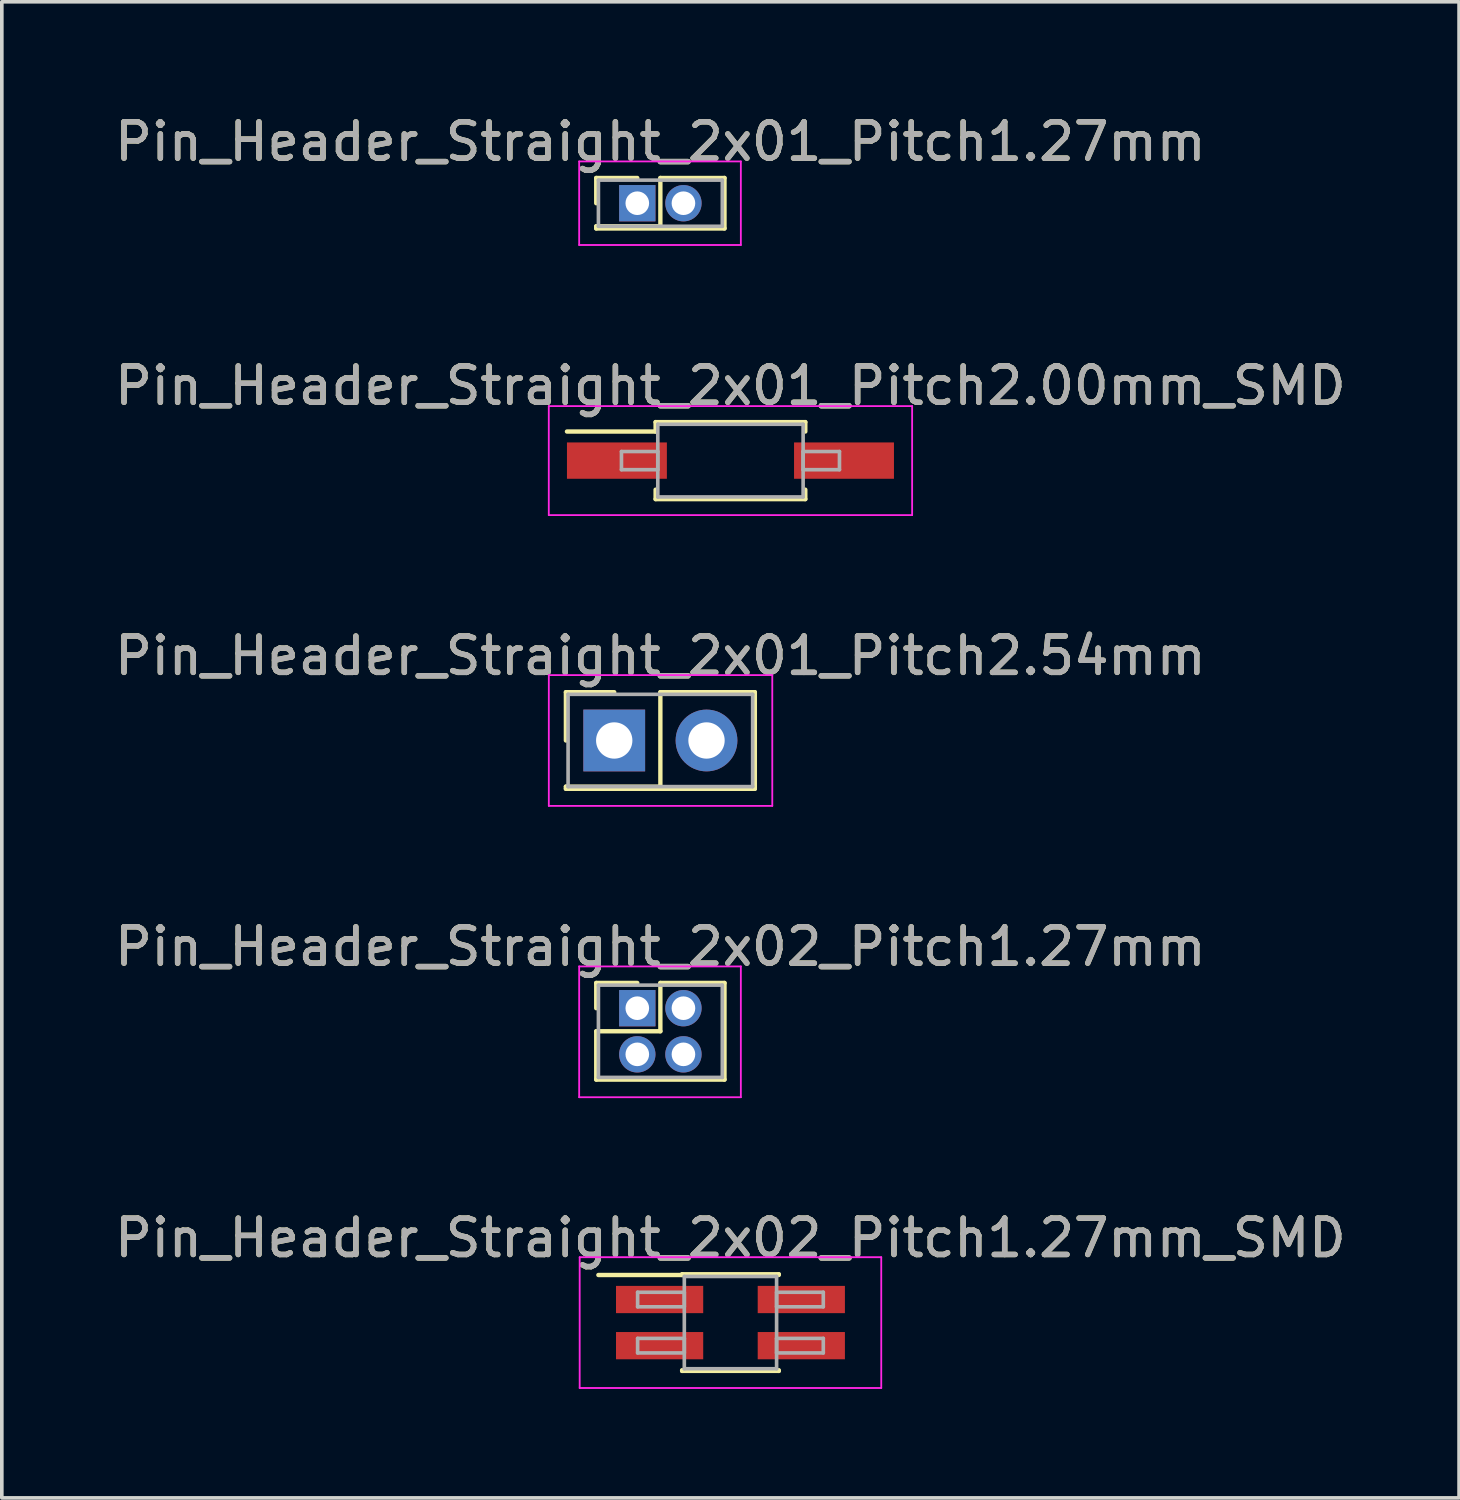
<source format=kicad_pcb>
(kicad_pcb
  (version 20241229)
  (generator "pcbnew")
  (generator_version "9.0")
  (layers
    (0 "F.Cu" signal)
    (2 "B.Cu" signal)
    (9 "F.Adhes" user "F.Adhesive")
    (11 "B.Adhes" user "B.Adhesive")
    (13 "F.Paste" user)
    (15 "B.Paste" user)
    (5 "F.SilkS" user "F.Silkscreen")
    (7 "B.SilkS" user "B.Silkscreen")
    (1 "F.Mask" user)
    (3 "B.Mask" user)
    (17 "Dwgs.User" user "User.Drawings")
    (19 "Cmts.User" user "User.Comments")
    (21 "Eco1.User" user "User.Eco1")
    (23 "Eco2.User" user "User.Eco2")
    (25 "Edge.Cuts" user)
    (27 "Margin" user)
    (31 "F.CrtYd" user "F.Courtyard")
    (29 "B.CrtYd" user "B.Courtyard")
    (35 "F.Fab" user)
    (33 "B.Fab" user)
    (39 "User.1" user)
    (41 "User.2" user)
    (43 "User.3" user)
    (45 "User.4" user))
  (footprint "Pin_Header_Straight_2x02_Pitch1.27mm_SMD"
    (layer "F.Cu")
    (at 17.054 33.351)
    (property "Reference" "Pin_Header_Straight_2x02_Pitch1.27mm_SMD" (at 0 -2.33 0) (layer "F.SilkS") (effects (font (size 1 1) (thickness 0.15))))
    (attr smd)
    (fp_line (start -3.635 -1.31) (end -1.33 -1.31) (stroke (width 0.12) (type solid)) (layer "F.SilkS"))
    (fp_line (start -1.33 -1.33) (end 1.33 -1.33) (stroke (width 0.12) (type solid)) (layer "F.SilkS"))
    (fp_line (start -1.33 -1.31) (end -1.33 -1.33) (stroke (width 0.12) (type solid)) (layer "F.SilkS"))
    (fp_line (start -1.33 1.31) (end -1.33 1.33) (stroke (width 0.12) (type solid)) (layer "F.SilkS"))
    (fp_line (start -1.33 1.33) (end 1.33 1.33) (stroke (width 0.12) (type solid)) (layer "F.SilkS"))
    (fp_line (start 1.33 -1.33) (end 1.33 -1.31) (stroke (width 0.12) (type solid)) (layer "F.SilkS"))
    (fp_line (start 1.33 1.33) (end 1.33 1.31) (stroke (width 0.12) (type solid)) (layer "F.SilkS"))
    (fp_line (start -4.15 -1.8) (end -4.15 1.8) (stroke (width 0.05) (type solid)) (layer "F.CrtYd"))
    (fp_line (start -4.15 1.8) (end 4.15 1.8) (stroke (width 0.05) (type solid)) (layer "F.CrtYd"))
    (fp_line (start 4.15 -1.8) (end -4.15 -1.8) (stroke (width 0.05) (type solid)) (layer "F.CrtYd"))
    (fp_line (start 4.15 1.8) (end 4.15 -1.8) (stroke (width 0.05) (type solid)) (layer "F.CrtYd"))
    (fp_line (start -2.555 -0.835) (end -1.27 -0.835) (stroke (width 0.1) (type solid)) (layer "F.Fab"))
    (fp_line (start -2.555 -0.435) (end -2.555 -0.835) (stroke (width 0.1) (type solid)) (layer "F.Fab"))
    (fp_line (start -2.555 0.435) (end -1.27 0.435) (stroke (width 0.1) (type solid)) (layer "F.Fab"))
    (fp_line (start -2.555 0.835) (end -2.555 0.435) (stroke (width 0.1) (type solid)) (layer "F.Fab"))
    (fp_line (start -1.27 -1.27) (end -1.27 1.27) (stroke (width 0.1) (type solid)) (layer "F.Fab"))
    (fp_line (start -1.27 -0.835) (end -1.27 -0.435) (stroke (width 0.1) (type solid)) (layer "F.Fab"))
    (fp_line (start -1.27 -0.435) (end -2.555 -0.435) (stroke (width 0.1) (type solid)) (layer "F.Fab"))
    (fp_line (start -1.27 0.435) (end -1.27 0.835) (stroke (width 0.1) (type solid)) (layer "F.Fab"))
    (fp_line (start -1.27 0.835) (end -2.555 0.835) (stroke (width 0.1) (type solid)) (layer "F.Fab"))
    (fp_line (start -1.27 1.27) (end 1.27 1.27) (stroke (width 0.1) (type solid)) (layer "F.Fab"))
    (fp_line (start 1.27 -1.27) (end -1.27 -1.27) (stroke (width 0.1) (type solid)) (layer "F.Fab"))
    (fp_line (start 1.27 -0.835) (end 1.27 -0.435) (stroke (width 0.1) (type solid)) (layer "F.Fab"))
    (fp_line (start 1.27 -0.435) (end 2.555 -0.435) (stroke (width 0.1) (type solid)) (layer "F.Fab"))
    (fp_line (start 1.27 0.435) (end 1.27 0.835) (stroke (width 0.1) (type solid)) (layer "F.Fab"))
    (fp_line (start 1.27 0.835) (end 2.555 0.835) (stroke (width 0.1) (type solid)) (layer "F.Fab"))
    (fp_line (start 1.27 1.27) (end 1.27 -1.27) (stroke (width 0.1) (type solid)) (layer "F.Fab"))
    (fp_line (start 2.555 -0.835) (end 1.27 -0.835) (stroke (width 0.1) (type solid)) (layer "F.Fab"))
    (fp_line (start 2.555 -0.435) (end 2.555 -0.835) (stroke (width 0.1) (type solid)) (layer "F.Fab"))
    (fp_line (start 2.555 0.435) (end 1.27 0.435) (stroke (width 0.1) (type solid)) (layer "F.Fab"))
    (fp_line (start 2.555 0.835) (end 2.555 0.435) (stroke (width 0.1) (type solid)) (layer "F.Fab"))
    (fp_text user "${REFERENCE}" (at 0 -2.33 0) (layer "F.Fab") (effects (font (size 1 1) (thickness 0.15))))
    (pad "1" smd rect (at -1.95 -0.635) (size 2.4 0.75) (layers "F.Cu" "F.Mask" "F.Paste"))
    (pad "2" smd rect (at 1.95 -0.635) (size 2.4 0.75) (layers "F.Cu" "F.Mask" "F.Paste"))
    (pad "3" smd rect (at -1.95 0.635) (size 2.4 0.75) (layers "F.Cu" "F.Mask" "F.Paste"))
    (pad "4" smd rect (at 1.95 0.635) (size 2.4 0.75) (layers "F.Cu" "F.Mask" "F.Paste")))
  (footprint "Pin_Header_Straight_2x01_Pitch2.54mm"
    (layer "F.Cu")
    (at 13.855 17.33)
    (property "Reference" "Pin_Header_Straight_2x01_Pitch2.54mm" (at 1.27 -2.33 0) (layer "F.SilkS") (effects (font (size 1 1) (thickness 0.15))))
    (attr through_hole)
    (fp_line (start -1.33 -1.33) (end 0 -1.33) (stroke (width 0.12) (type solid)) (layer "F.SilkS"))
    (fp_line (start -1.33 0) (end -1.33 -1.33) (stroke (width 0.12) (type solid)) (layer "F.SilkS"))
    (fp_line (start -1.33 1.27) (end -1.33 1.33) (stroke (width 0.12) (type solid)) (layer "F.SilkS"))
    (fp_line (start -1.33 1.33) (end 3.87 1.33) (stroke (width 0.12) (type solid)) (layer "F.SilkS"))
    (fp_line (start 1.27 -1.33) (end 1.27 1.27) (stroke (width 0.12) (type solid)) (layer "F.SilkS"))
    (fp_line (start 1.27 1.27) (end -1.33 1.27) (stroke (width 0.12) (type solid)) (layer "F.SilkS"))
    (fp_line (start 3.87 -1.33) (end 1.27 -1.33) (stroke (width 0.12) (type solid)) (layer "F.SilkS"))
    (fp_line (start 3.87 1.33) (end 3.87 -1.33) (stroke (width 0.12) (type solid)) (layer "F.SilkS"))
    (fp_line (start -1.8 -1.8) (end -1.8 1.8) (stroke (width 0.05) (type solid)) (layer "F.CrtYd"))
    (fp_line (start -1.8 1.8) (end 4.35 1.8) (stroke (width 0.05) (type solid)) (layer "F.CrtYd"))
    (fp_line (start 4.35 -1.8) (end -1.8 -1.8) (stroke (width 0.05) (type solid)) (layer "F.CrtYd"))
    (fp_line (start 4.35 1.8) (end 4.35 -1.8) (stroke (width 0.05) (type solid)) (layer "F.CrtYd"))
    (fp_line (start -1.27 -1.27) (end -1.27 1.27) (stroke (width 0.1) (type solid)) (layer "F.Fab"))
    (fp_line (start -1.27 1.27) (end 3.81 1.27) (stroke (width 0.1) (type solid)) (layer "F.Fab"))
    (fp_line (start 3.81 -1.27) (end -1.27 -1.27) (stroke (width 0.1) (type solid)) (layer "F.Fab"))
    (fp_line (start 3.81 1.27) (end 3.81 -1.27) (stroke (width 0.1) (type solid)) (layer "F.Fab"))
    (fp_text user "${REFERENCE}" (at 1.27 -2.33 0) (layer "F.Fab") (effects (font (size 1 1) (thickness 0.15))))
    (pad "1" thru_hole rect (at 0 0) (size 1.7 1.7) (drill 1) (layers "*.Cu" "*.Mask"))
    (pad "2" thru_hole oval (at 2.54 0) (size 1.7 1.7) (drill 1) (layers "*.Cu" "*.Mask")))
  (footprint "Pin_Header_Straight_2x01_Pitch2.00mm_SMD"
    (layer "F.Cu")
    (at 17.054 9.627)
    (property "Reference" "Pin_Header_Straight_2x01_Pitch2.00mm_SMD" (at 0 -2.06 0) (layer "F.SilkS") (effects (font (size 1 1) (thickness 0.15))))
    (attr smd)
    (fp_line (start -4.5 -0.8) (end -2.06 -0.8) (stroke (width 0.12) (type solid)) (layer "F.SilkS"))
    (fp_line (start -2.06 -1.06) (end 2.06 -1.06) (stroke (width 0.12) (type solid)) (layer "F.SilkS"))
    (fp_line (start -2.06 -0.8) (end -2.06 -1.06) (stroke (width 0.12) (type solid)) (layer "F.SilkS"))
    (fp_line (start -2.06 0.8) (end -2.06 1.06) (stroke (width 0.12) (type solid)) (layer "F.SilkS"))
    (fp_line (start -2.06 1.06) (end 2.06 1.06) (stroke (width 0.12) (type solid)) (layer "F.SilkS"))
    (fp_line (start 2.06 -1.06) (end 2.06 -0.8) (stroke (width 0.12) (type solid)) (layer "F.SilkS"))
    (fp_line (start 2.06 1.06) (end 2.06 0.8) (stroke (width 0.12) (type solid)) (layer "F.SilkS"))
    (fp_line (start -5 -1.5) (end -5 1.5) (stroke (width 0.05) (type solid)) (layer "F.CrtYd"))
    (fp_line (start -5 1.5) (end 5 1.5) (stroke (width 0.05) (type solid)) (layer "F.CrtYd"))
    (fp_line (start 5 -1.5) (end -5 -1.5) (stroke (width 0.05) (type solid)) (layer "F.CrtYd"))
    (fp_line (start 5 1.5) (end 5 -1.5) (stroke (width 0.05) (type solid)) (layer "F.CrtYd"))
    (fp_line (start -3 -0.25) (end -2 -0.25) (stroke (width 0.1) (type solid)) (layer "F.Fab"))
    (fp_line (start -3 0.25) (end -3 -0.25) (stroke (width 0.1) (type solid)) (layer "F.Fab"))
    (fp_line (start -2 -1) (end -2 1) (stroke (width 0.1) (type solid)) (layer "F.Fab"))
    (fp_line (start -2 -0.25) (end -2 0.25) (stroke (width 0.1) (type solid)) (layer "F.Fab"))
    (fp_line (start -2 0.25) (end -3 0.25) (stroke (width 0.1) (type solid)) (layer "F.Fab"))
    (fp_line (start -2 1) (end 2 1) (stroke (width 0.1) (type solid)) (layer "F.Fab"))
    (fp_line (start 2 -1) (end -2 -1) (stroke (width 0.1) (type solid)) (layer "F.Fab"))
    (fp_line (start 2 -0.25) (end 2 0.25) (stroke (width 0.1) (type solid)) (layer "F.Fab"))
    (fp_line (start 2 0.25) (end 3 0.25) (stroke (width 0.1) (type solid)) (layer "F.Fab"))
    (fp_line (start 2 1) (end 2 -1) (stroke (width 0.1) (type solid)) (layer "F.Fab"))
    (fp_line (start 3 -0.25) (end 2 -0.25) (stroke (width 0.1) (type solid)) (layer "F.Fab"))
    (fp_line (start 3 0.25) (end 3 -0.25) (stroke (width 0.1) (type solid)) (layer "F.Fab"))
    (fp_text user "${REFERENCE}" (at 0 -2.06 0) (layer "F.Fab") (effects (font (size 1 1) (thickness 0.15))))
    (pad "1" smd rect (at -3.125 0) (size 2.75 1) (layers "F.Cu" "F.Mask" "F.Paste"))
    (pad "2" smd rect (at 3.125 0) (size 2.75 1) (layers "F.Cu" "F.Mask" "F.Paste")))
  (footprint "Pin_Header_Straight_2x02_Pitch1.27mm"
    (layer "F.Cu")
    (at 14.49 24.698)
    (property "Reference" "Pin_Header_Straight_2x02_Pitch1.27mm" (at 0.635 -1.695 0) (layer "F.SilkS") (effects (font (size 1 1) (thickness 0.15))))
    (attr through_hole)
    (fp_line (start -1.13 -0.695) (end 0 -0.695) (stroke (width 0.12) (type solid)) (layer "F.SilkS"))
    (fp_line (start -1.13 0) (end -1.13 -0.695) (stroke (width 0.12) (type solid)) (layer "F.SilkS"))
    (fp_line (start -1.13 0.635) (end -1.13 1.965) (stroke (width 0.12) (type solid)) (layer "F.SilkS"))
    (fp_line (start -1.13 1.965) (end 2.4 1.965) (stroke (width 0.12) (type solid)) (layer "F.SilkS"))
    (fp_line (start 0.635 -0.695) (end 0.635 0.635) (stroke (width 0.12) (type solid)) (layer "F.SilkS"))
    (fp_line (start 0.635 0.635) (end -1.13 0.635) (stroke (width 0.12) (type solid)) (layer "F.SilkS"))
    (fp_line (start 2.4 -0.695) (end 0.635 -0.695) (stroke (width 0.12) (type solid)) (layer "F.SilkS"))
    (fp_line (start 2.4 1.965) (end 2.4 -0.695) (stroke (width 0.12) (type solid)) (layer "F.SilkS"))
    (fp_line (start -1.6 -1.15) (end -1.6 2.45) (stroke (width 0.05) (type solid)) (layer "F.CrtYd"))
    (fp_line (start -1.6 2.45) (end 2.85 2.45) (stroke (width 0.05) (type solid)) (layer "F.CrtYd"))
    (fp_line (start 2.85 -1.15) (end -1.6 -1.15) (stroke (width 0.05) (type solid)) (layer "F.CrtYd"))
    (fp_line (start 2.85 2.45) (end 2.85 -1.15) (stroke (width 0.05) (type solid)) (layer "F.CrtYd"))
    (fp_line (start -1.07 -0.635) (end -1.07 1.905) (stroke (width 0.1) (type solid)) (layer "F.Fab"))
    (fp_line (start -1.07 1.905) (end 2.34 1.905) (stroke (width 0.1) (type solid)) (layer "F.Fab"))
    (fp_line (start 2.34 -0.635) (end -1.07 -0.635) (stroke (width 0.1) (type solid)) (layer "F.Fab"))
    (fp_line (start 2.34 1.905) (end 2.34 -0.635) (stroke (width 0.1) (type solid)) (layer "F.Fab"))
    (fp_text user "${REFERENCE}" (at 0.635 -1.695 0) (layer "F.Fab") (effects (font (size 1 1) (thickness 0.15))))
    (pad "1" thru_hole rect (at 0 0) (size 1 1) (drill 0.65) (layers "*.Cu" "*.Mask"))
    (pad "2" thru_hole oval (at 1.27 0) (size 1 1) (drill 0.65) (layers "*.Cu" "*.Mask"))
    (pad "3" thru_hole oval (at 0 1.27) (size 1 1) (drill 0.65) (layers "*.Cu" "*.Mask"))
    (pad "4" thru_hole oval (at 1.27 1.27) (size 1 1) (drill 0.65) (layers "*.Cu" "*.Mask")))
  (footprint "Pin_Header_Straight_2x01_Pitch1.27mm"
    (layer "F.Cu")
    (at 14.49 2.543)
    (property "Reference" "Pin_Header_Straight_2x01_Pitch1.27mm" (at 0.635 -1.695 0) (layer "F.SilkS") (effects (font (size 1 1) (thickness 0.15))))
    (attr through_hole)
    (fp_line (start -1.13 -0.695) (end 0 -0.695) (stroke (width 0.12) (type solid)) (layer "F.SilkS"))
    (fp_line (start -1.13 0) (end -1.13 -0.695) (stroke (width 0.12) (type solid)) (layer "F.SilkS"))
    (fp_line (start -1.13 0.635) (end -1.13 0.695) (stroke (width 0.12) (type solid)) (layer "F.SilkS"))
    (fp_line (start -1.13 0.695) (end 2.4 0.695) (stroke (width 0.12) (type solid)) (layer "F.SilkS"))
    (fp_line (start 0.635 -0.695) (end 0.635 0.635) (stroke (width 0.12) (type solid)) (layer "F.SilkS"))
    (fp_line (start 0.635 0.635) (end -1.13 0.635) (stroke (width 0.12) (type solid)) (layer "F.SilkS"))
    (fp_line (start 2.4 -0.695) (end 0.635 -0.695) (stroke (width 0.12) (type solid)) (layer "F.SilkS"))
    (fp_line (start 2.4 0.695) (end 2.4 -0.695) (stroke (width 0.12) (type solid)) (layer "F.SilkS"))
    (fp_line (start -1.6 -1.15) (end -1.6 1.15) (stroke (width 0.05) (type solid)) (layer "F.CrtYd"))
    (fp_line (start -1.6 1.15) (end 2.85 1.15) (stroke (width 0.05) (type solid)) (layer "F.CrtYd"))
    (fp_line (start 2.85 -1.15) (end -1.6 -1.15) (stroke (width 0.05) (type solid)) (layer "F.CrtYd"))
    (fp_line (start 2.85 1.15) (end 2.85 -1.15) (stroke (width 0.05) (type solid)) (layer "F.CrtYd"))
    (fp_line (start -1.07 -0.635) (end -1.07 0.635) (stroke (width 0.1) (type solid)) (layer "F.Fab"))
    (fp_line (start -1.07 0.635) (end 2.34 0.635) (stroke (width 0.1) (type solid)) (layer "F.Fab"))
    (fp_line (start 2.34 -0.635) (end -1.07 -0.635) (stroke (width 0.1) (type solid)) (layer "F.Fab"))
    (fp_line (start 2.34 0.635) (end 2.34 -0.635) (stroke (width 0.1) (type solid)) (layer "F.Fab"))
    (fp_text user "${REFERENCE}" (at 0.635 -1.695 0) (layer "F.Fab") (effects (font (size 1 1) (thickness 0.15))))
    (pad "1" thru_hole rect (at 0 0) (size 1 1) (drill 0.65) (layers "*.Cu" "*.Mask"))
    (pad "2" thru_hole oval (at 1.27 0) (size 1 1) (drill 0.65) (layers "*.Cu" "*.Mask")))
  (gr_rect
    (start -3 -3)
    (end 37.107 38.176)
    (stroke (width 0.1) (type default))
    (fill no)
    (layer "Edge.Cuts")))
</source>
